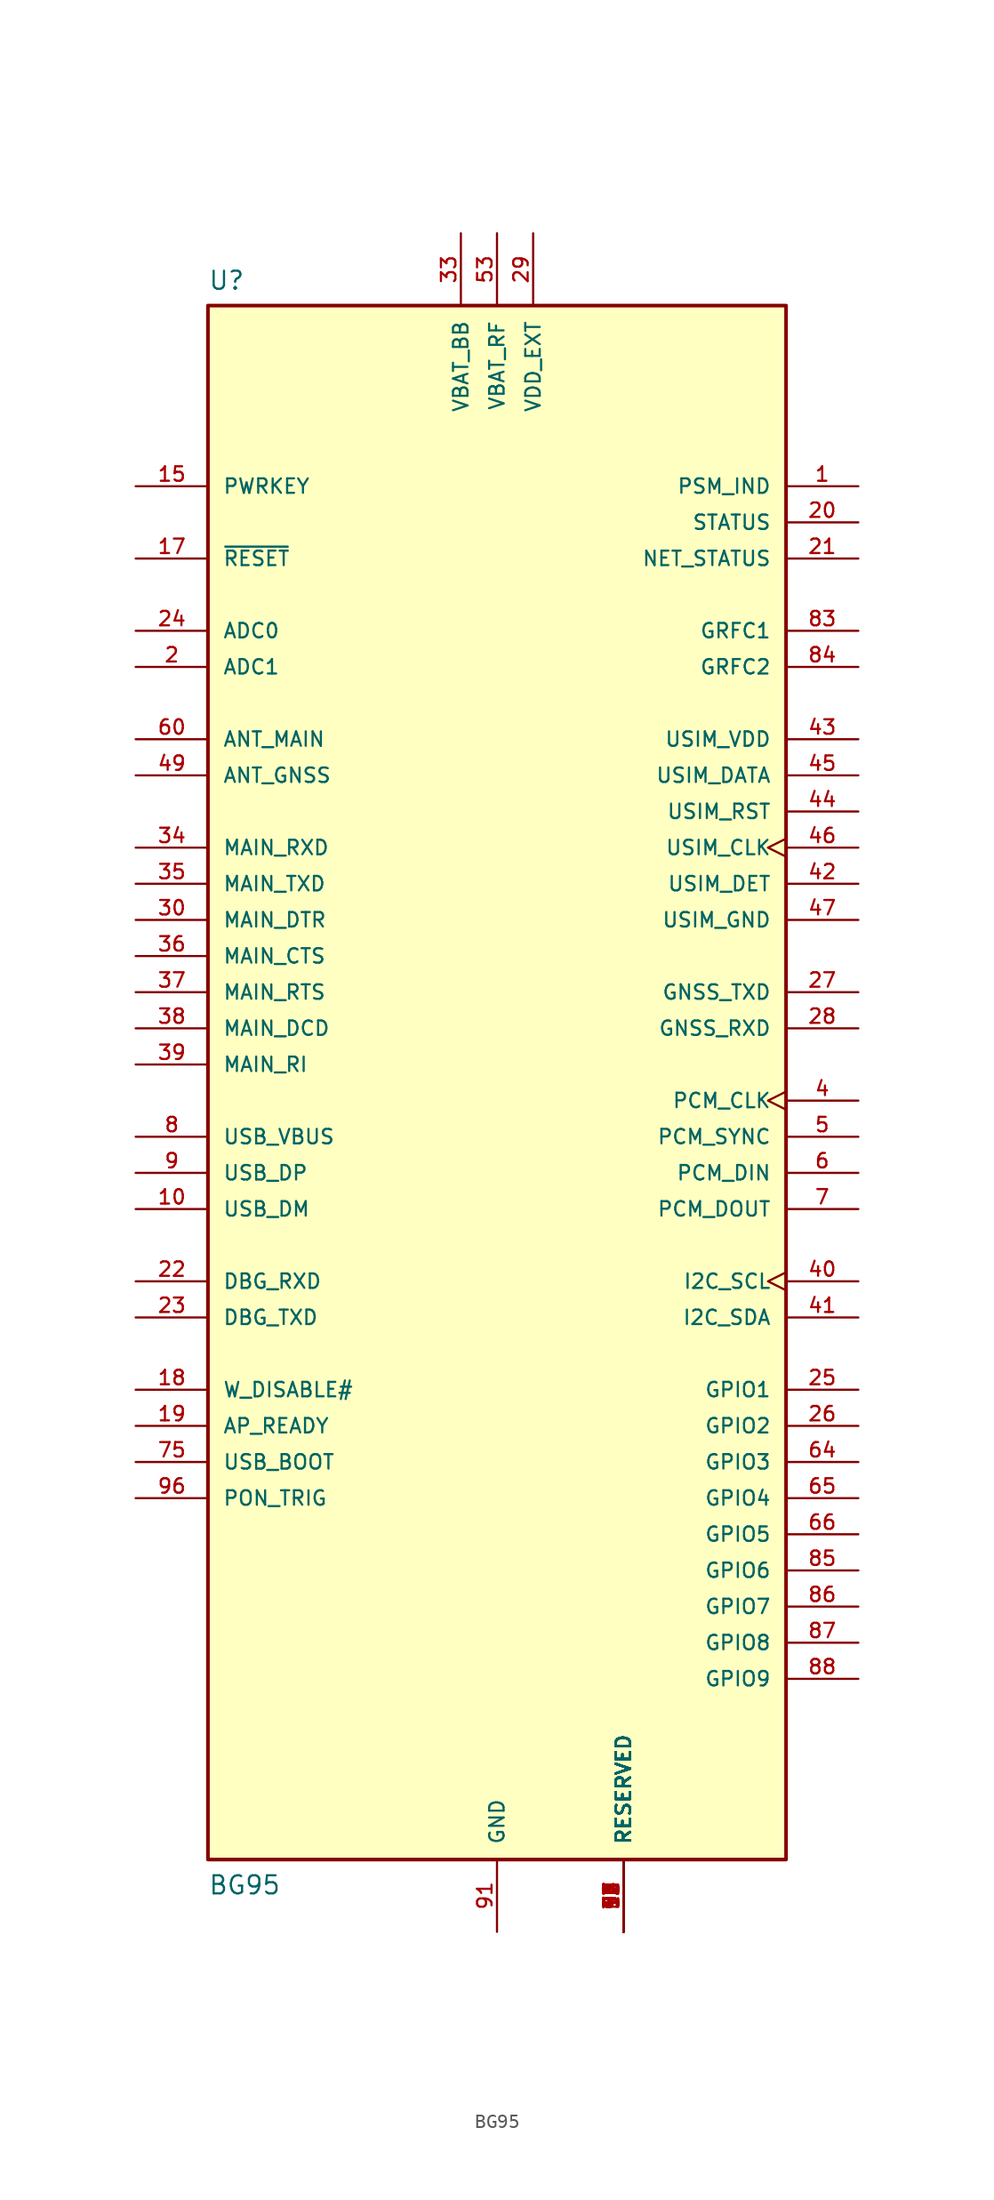
<source format=kicad_sym>
(kicad_symbol_lib
  (version 20241209)
  (generator "kicad_symbol_editor")
  (generator_version "9.0")
  (symbol "BG95"
    (pin_names
      (offset 1.016))
    (property "Reference" "U"
      (at -20.32 54.356 0)
      (effects (font (size 1.27 1.27)) (justify left bottom)))
    (property "Value" "BG95"
      (at -20.32 -58.42 0)
      (effects (font (size 1.27 1.27)) (justify left bottom)))
    (symbol "BG95_0_0"
      (rectangle (start -20.32 -55.88) (end 20.32 53.34) (stroke (width 0.254) (type default)) (fill (type background)))
      (pin input line (at -25.4 40.64 0) (length 5.08) (name "PWRKEY" (effects (font (size 1.016 1.016)))) (number "15" (effects (font (size 1.016 1.016)))))
      (pin input line (at -25.4 35.56 0) (length 5.08) (name "~{RESET}" (effects (font (size 1.016 1.016)))) (number "17" (effects (font (size 1.016 1.016)))))
      (pin input line (at -25.4 30.48 0) (length 5.08) (name "ADC0" (effects (font (size 1.016 1.016)))) (number "24" (effects (font (size 1.016 1.016)))))
      (pin input line (at -25.4 27.94 0) (length 5.08) (name "ADC1" (effects (font (size 1.016 1.016)))) (number "2" (effects (font (size 1.016 1.016)))))
      (pin bidirectional line (at -25.4 22.86 0) (length 5.08) (name "ANT_MAIN" (effects (font (size 1.016 1.016)))) (number "60" (effects (font (size 1.016 1.016)))))
      (pin input line (at -25.4 20.32 0) (length 5.08) (name "ANT_GNSS" (effects (font (size 1.016 1.016)))) (number "49" (effects (font (size 1.016 1.016)))))
      (pin input line (at -25.4 15.24 0) (length 5.08) (name "MAIN_RXD" (effects (font (size 1.016 1.016)))) (number "34" (effects (font (size 1.016 1.016)))))
      (pin output line (at -25.4 12.7 0) (length 5.08) (name "MAIN_TXD" (effects (font (size 1.016 1.016)))) (number "35" (effects (font (size 1.016 1.016)))))
      (pin input line (at -25.4 10.16 0) (length 5.08) (name "MAIN_DTR" (effects (font (size 1.016 1.016)))) (number "30" (effects (font (size 1.016 1.016)))))
      (pin output line (at -25.4 7.62 0) (length 5.08) (name "MAIN_CTS" (effects (font (size 1.016 1.016)))) (number "36" (effects (font (size 1.016 1.016)))))
      (pin input line (at -25.4 5.08 0) (length 5.08) (name "MAIN_RTS" (effects (font (size 1.016 1.016)))) (number "37" (effects (font (size 1.016 1.016)))))
      (pin output line (at -25.4 2.54 0) (length 5.08) (name "MAIN_DCD" (effects (font (size 1.016 1.016)))) (number "38" (effects (font (size 1.016 1.016)))))
      (pin output line (at -25.4 0 0) (length 5.08) (name "MAIN_RI" (effects (font (size 1.016 1.016)))) (number "39" (effects (font (size 1.016 1.016)))))
      (pin input line (at -25.4 -5.08 0) (length 5.08) (name "USB_VBUS" (effects (font (size 1.016 1.016)))) (number "8" (effects (font (size 1.016 1.016)))))
      (pin bidirectional line (at -25.4 -7.62 0) (length 5.08) (name "USB_DP" (effects (font (size 1.016 1.016)))) (number "9" (effects (font (size 1.016 1.016)))))
      (pin bidirectional line (at -25.4 -10.16 0) (length 5.08) (name "USB_DM" (effects (font (size 1.016 1.016)))) (number "10" (effects (font (size 1.016 1.016)))))
      (pin input line (at -25.4 -15.24 0) (length 5.08) (name "DBG_RXD" (effects (font (size 1.016 1.016)))) (number "22" (effects (font (size 1.016 1.016)))))
      (pin output line (at -25.4 -17.78 0) (length 5.08) (name "DBG_TXD" (effects (font (size 1.016 1.016)))) (number "23" (effects (font (size 1.016 1.016)))))
      (pin input line (at -25.4 -22.86 0) (length 5.08) (name "W_DISABLE#" (effects (font (size 1.016 1.016)))) (number "18" (effects (font (size 1.016 1.016)))))
      (pin input line (at -25.4 -25.4 0) (length 5.08) (name "AP_READY" (effects (font (size 1.016 1.016)))) (number "19" (effects (font (size 1.016 1.016)))))
      (pin input line (at -25.4 -27.94 0) (length 5.08) (name "USB_BOOT" (effects (font (size 1.016 1.016)))) (number "75" (effects (font (size 1.016 1.016)))))
      (pin input line (at -25.4 -30.48 0) (length 5.08) (name "PON_TRIG" (effects (font (size 1.016 1.016)))) (number "96" (effects (font (size 1.016 1.016)))))
      (pin power_in line (at -2.54 58.42 270) (length 5.08) (name "VBAT_BB" (effects (font (size 1.016 1.016)))) (number "33" (effects (font (size 1.016 1.016)))))
      (pin power_in line (at 0 58.42 270) (length 5.08) (name "VBAT_RF" (effects (font (size 1.016 1.016)))) (number "53" (effects (font (size 1.016 1.016)))))
      (pin power_in line (at 0 -60.96 90) (length 5.08) (name "GND" (effects (font (size 1.016 1.016)))) (number "91" (effects (font (size 1.016 1.016)))))
      (pin power_in line (at 2.54 58.42 270) (length 5.08) (name "VDD_EXT" (effects (font (size 1.016 1.016)))) (number "29" (effects (font (size 1.016 1.016)))))
      (pin passive line (at 8.89 -60.96 90) (length 5.08) (name "RESERVED" (effects (font (size 1.016 1.016)))) (number "12" (effects (font (size 1.016 1.016)))))
      (pin passive line (at 8.89 -60.96 90) (length 5.08) (name "RESERVED" (effects (font (size 1.016 1.016)))) (number "13" (effects (font (size 1.016 1.016)))))
      (pin passive line (at 8.89 -60.96 90) (length 5.08) (name "RESERVED" (effects (font (size 1.016 1.016)))) (number "14" (effects (font (size 1.016 1.016)))))
      (pin passive line (at 8.89 -60.96 90) (length 5.08) (name "RESERVED" (effects (font (size 1.016 1.016)))) (number "16" (effects (font (size 1.016 1.016)))))
      (pin passive line (at 8.89 -60.96 90) (length 5.08) (name "RESERVED" (effects (font (size 1.016 1.016)))) (number "51" (effects (font (size 1.016 1.016)))))
      (pin passive line (at 8.89 -60.96 90) (length 5.08) (name "RESERVED" (effects (font (size 1.016 1.016)))) (number "56" (effects (font (size 1.016 1.016)))))
      (pin passive line (at 8.89 -60.96 90) (length 5.08) (name "RESERVED" (effects (font (size 1.016 1.016)))) (number "57" (effects (font (size 1.016 1.016)))))
      (pin passive line (at 8.89 -60.96 90) (length 5.08) (name "RESERVED" (effects (font (size 1.016 1.016)))) (number "63" (effects (font (size 1.016 1.016)))))
      (pin passive line (at 8.89 -60.96 90) (length 5.08) (name "RESERVED" (effects (font (size 1.016 1.016)))) (number "76" (effects (font (size 1.016 1.016)))))
      (pin passive line (at 8.89 -60.96 90) (length 5.08) (name "RESERVED" (effects (font (size 1.016 1.016)))) (number "77" (effects (font (size 1.016 1.016)))))
      (pin passive line (at 8.89 -60.96 90) (length 5.08) (name "RESERVED" (effects (font (size 1.016 1.016)))) (number "78" (effects (font (size 1.016 1.016)))))
      (pin passive line (at 8.89 -60.96 90) (length 5.08) (name "RESERVED" (effects (font (size 1.016 1.016)))) (number "92" (effects (font (size 1.016 1.016)))))
      (pin passive line (at 8.89 -60.96 90) (length 5.08) (name "RESERVED" (effects (font (size 1.016 1.016)))) (number "93" (effects (font (size 1.016 1.016)))))
      (pin passive line (at 8.89 -60.96 90) (length 5.08) (name "RESERVED" (effects (font (size 1.016 1.016)))) (number "94" (effects (font (size 1.016 1.016)))))
      (pin passive line (at 8.89 -60.96 90) (length 5.08) (name "RESERVED" (effects (font (size 1.016 1.016)))) (number "95" (effects (font (size 1.016 1.016)))))
      (pin passive line (at 8.89 -60.96 90) (length 5.08) (name "RESERVED" (effects (font (size 1.016 1.016)))) (number "97" (effects (font (size 1.016 1.016)))))
      (pin passive line (at 8.89 -60.96 90) (length 5.08) (name "RESERVED" (effects (font (size 1.016 1.016)))) (number "98" (effects (font (size 1.016 1.016)))))
      (pin passive line (at 8.89 -60.96 90) (length 5.08) (name "RESERVED" (effects (font (size 1.016 1.016)))) (number "99" (effects (font (size 1.016 1.016)))))
      (pin output line (at 25.4 40.64 180) (length 5.08) (name "PSM_IND" (effects (font (size 1.016 1.016)))) (number "1" (effects (font (size 1.016 1.016)))))
      (pin output line (at 25.4 38.1 180) (length 5.08) (name "STATUS" (effects (font (size 1.016 1.016)))) (number "20" (effects (font (size 1.016 1.016)))))
      (pin output line (at 25.4 35.56 180) (length 5.08) (name "NET_STATUS" (effects (font (size 1.016 1.016)))) (number "21" (effects (font (size 1.016 1.016)))))
      (pin output line (at 25.4 30.48 180) (length 5.08) (name "GRFC1" (effects (font (size 1.016 1.016)))) (number "83" (effects (font (size 1.016 1.016)))))
      (pin output line (at 25.4 27.94 180) (length 5.08) (name "GRFC2" (effects (font (size 1.016 1.016)))) (number "84" (effects (font (size 1.016 1.016)))))
      (pin power_in line (at 25.4 22.86 180) (length 5.08) (name "USIM_VDD" (effects (font (size 1.016 1.016)))) (number "43" (effects (font (size 1.016 1.016)))))
      (pin bidirectional line (at 25.4 20.32 180) (length 5.08) (name "USIM_DATA" (effects (font (size 1.016 1.016)))) (number "45" (effects (font (size 1.016 1.016)))))
      (pin output line (at 25.4 17.78 180) (length 5.08) (name "USIM_RST" (effects (font (size 1.016 1.016)))) (number "44" (effects (font (size 1.016 1.016)))))
      (pin output clock (at 25.4 15.24 180) (length 5.08) (name "USIM_CLK" (effects (font (size 1.016 1.016)))) (number "46" (effects (font (size 1.016 1.016)))))
      (pin input line (at 25.4 12.7 180) (length 5.08) (name "USIM_DET" (effects (font (size 1.016 1.016)))) (number "42" (effects (font (size 1.016 1.016)))))
      (pin power_in line (at 25.4 10.16 180) (length 5.08) (name "USIM_GND" (effects (font (size 1.016 1.016)))) (number "47" (effects (font (size 1.016 1.016)))))
      (pin output line (at 25.4 5.08 180) (length 5.08) (name "GNSS_TXD" (effects (font (size 1.016 1.016)))) (number "27" (effects (font (size 1.016 1.016)))))
      (pin input line (at 25.4 2.54 180) (length 5.08) (name "GNSS_RXD" (effects (font (size 1.016 1.016)))) (number "28" (effects (font (size 1.016 1.016)))))
      (pin output clock (at 25.4 -2.54 180) (length 5.08) (name "PCM_CLK" (effects (font (size 1.016 1.016)))) (number "4" (effects (font (size 1.016 1.016)))))
      (pin output line (at 25.4 -5.08 180) (length 5.08) (name "PCM_SYNC" (effects (font (size 1.016 1.016)))) (number "5" (effects (font (size 1.016 1.016)))))
      (pin input line (at 25.4 -7.62 180) (length 5.08) (name "PCM_DIN" (effects (font (size 1.016 1.016)))) (number "6" (effects (font (size 1.016 1.016)))))
      (pin output line (at 25.4 -10.16 180) (length 5.08) (name "PCM_DOUT" (effects (font (size 1.016 1.016)))) (number "7" (effects (font (size 1.016 1.016)))))
      (pin output clock (at 25.4 -15.24 180) (length 5.08) (name "I2C_SCL" (effects (font (size 1.016 1.016)))) (number "40" (effects (font (size 1.016 1.016)))))
      (pin bidirectional line (at 25.4 -17.78 180) (length 5.08) (name "I2C_SDA" (effects (font (size 1.016 1.016)))) (number "41" (effects (font (size 1.016 1.016)))))
      (pin bidirectional line (at 25.4 -22.86 180) (length 5.08) (name "GPIO1" (effects (font (size 1.016 1.016)))) (number "25" (effects (font (size 1.016 1.016)))))
      (pin bidirectional line (at 25.4 -25.4 180) (length 5.08) (name "GPIO2" (effects (font (size 1.016 1.016)))) (number "26" (effects (font (size 1.016 1.016)))))
      (pin bidirectional line (at 25.4 -27.94 180) (length 5.08) (name "GPIO3" (effects (font (size 1.016 1.016)))) (number "64" (effects (font (size 1.016 1.016)))))
      (pin bidirectional line (at 25.4 -30.48 180) (length 5.08) (name "GPIO4" (effects (font (size 1.016 1.016)))) (number "65" (effects (font (size 1.016 1.016)))))
      (pin bidirectional line (at 25.4 -33.02 180) (length 5.08) (name "GPIO5" (effects (font (size 1.016 1.016)))) (number "66" (effects (font (size 1.016 1.016)))))
      (pin bidirectional line (at 25.4 -35.56 180) (length 5.08) (name "GPIO6" (effects (font (size 1.016 1.016)))) (number "85" (effects (font (size 1.016 1.016)))))
      (pin bidirectional line (at 25.4 -38.1 180) (length 5.08) (name "GPIO7" (effects (font (size 1.016 1.016)))) (number "86" (effects (font (size 1.016 1.016)))))
      (pin bidirectional line (at 25.4 -40.64 180) (length 5.08) (name "GPIO8" (effects (font (size 1.016 1.016)))) (number "87" (effects (font (size 1.016 1.016)))))
      (pin bidirectional line (at 25.4 -43.18 180) (length 5.08) (name "GPIO9" (effects (font (size 1.016 1.016)))) (number "88" (effects (font (size 1.016 1.016))))))
    (symbol "BG95_1_0"
      (pin power_in line (at -2.54 58.42 270) (length 5.08) (hide yes) (name "VBAT_BB" (effects (font (size 1.016 1.016)))) (number "32" (effects (font (size 1.016 1.016)))))
      (pin power_in line (at 0 58.42 270) (length 5.08) (hide yes) (name "VBAT_RF" (effects (font (size 1.016 1.016)))) (number "52" (effects (font (size 1.016 1.016)))))
      (pin power_in line (at 0 -60.96 90) (length 5.08) (hide yes) (name "GND" (effects (font (size 1.016 1.016)))) (number "100" (effects (font (size 1.016 1.016)))))
      (pin power_in line (at 0 -60.96 90) (length 5.08) (hide yes) (name "GND" (effects (font (size 1.016 1.016)))) (number "101" (effects (font (size 1.016 1.016)))))
      (pin power_in line (at 0 -60.96 90) (length 5.08) (hide yes) (name "GND" (effects (font (size 1.016 1.016)))) (number "102" (effects (font (size 1.016 1.016)))))
      (pin power_in line (at 0 -60.96 90) (length 5.08) (hide yes) (name "GND" (effects (font (size 1.016 1.016)))) (number "3" (effects (font (size 1.016 1.016)))))
      (pin power_in line (at 0 -60.96 90) (length 5.08) (hide yes) (name "GND" (effects (font (size 1.016 1.016)))) (number "31" (effects (font (size 1.016 1.016)))))
      (pin power_in line (at 0 -60.96 90) (length 5.08) (hide yes) (name "GND" (effects (font (size 1.016 1.016)))) (number "48" (effects (font (size 1.016 1.016)))))
      (pin power_in line (at 0 -60.96 90) (length 5.08) (hide yes) (name "GND" (effects (font (size 1.016 1.016)))) (number "50" (effects (font (size 1.016 1.016)))))
      (pin power_in line (at 0 -60.96 90) (length 5.08) (hide yes) (name "GND" (effects (font (size 1.016 1.016)))) (number "54" (effects (font (size 1.016 1.016)))))
      (pin power_in line (at 0 -60.96 90) (length 5.08) (hide yes) (name "GND" (effects (font (size 1.016 1.016)))) (number "55" (effects (font (size 1.016 1.016)))))
      (pin power_in line (at 0 -60.96 90) (length 5.08) (hide yes) (name "GND" (effects (font (size 1.016 1.016)))) (number "58" (effects (font (size 1.016 1.016)))))
      (pin power_in line (at 0 -60.96 90) (length 5.08) (hide yes) (name "GND" (effects (font (size 1.016 1.016)))) (number "59" (effects (font (size 1.016 1.016)))))
      (pin power_in line (at 0 -60.96 90) (length 5.08) (hide yes) (name "GND" (effects (font (size 1.016 1.016)))) (number "61" (effects (font (size 1.016 1.016)))))
      (pin power_in line (at 0 -60.96 90) (length 5.08) (hide yes) (name "GND" (effects (font (size 1.016 1.016)))) (number "62" (effects (font (size 1.016 1.016)))))
      (pin power_in line (at 0 -60.96 90) (length 5.08) (hide yes) (name "GND" (effects (font (size 1.016 1.016)))) (number "67" (effects (font (size 1.016 1.016)))))
      (pin power_in line (at 0 -60.96 90) (length 5.08) (hide yes) (name "GND" (effects (font (size 1.016 1.016)))) (number "68" (effects (font (size 1.016 1.016)))))
      (pin power_in line (at 0 -60.96 90) (length 5.08) (hide yes) (name "GND" (effects (font (size 1.016 1.016)))) (number "69" (effects (font (size 1.016 1.016)))))
      (pin power_in line (at 0 -60.96 90) (length 5.08) (hide yes) (name "GND" (effects (font (size 1.016 1.016)))) (number "70" (effects (font (size 1.016 1.016)))))
      (pin power_in line (at 0 -60.96 90) (length 5.08) (hide yes) (name "GND" (effects (font (size 1.016 1.016)))) (number "71" (effects (font (size 1.016 1.016)))))
      (pin power_in line (at 0 -60.96 90) (length 5.08) (hide yes) (name "GND" (effects (font (size 1.016 1.016)))) (number "72" (effects (font (size 1.016 1.016)))))
      (pin power_in line (at 0 -60.96 90) (length 5.08) (hide yes) (name "GND" (effects (font (size 1.016 1.016)))) (number "73" (effects (font (size 1.016 1.016)))))
      (pin power_in line (at 0 -60.96 90) (length 5.08) (hide yes) (name "GND" (effects (font (size 1.016 1.016)))) (number "74" (effects (font (size 1.016 1.016)))))
      (pin power_in line (at 0 -60.96 90) (length 5.08) (hide yes) (name "GND" (effects (font (size 1.016 1.016)))) (number "79" (effects (font (size 1.016 1.016)))))
      (pin power_in line (at 0 -60.96 90) (length 5.08) (hide yes) (name "GND" (effects (font (size 1.016 1.016)))) (number "80" (effects (font (size 1.016 1.016)))))
      (pin power_in line (at 0 -60.96 90) (length 5.08) (hide yes) (name "GND" (effects (font (size 1.016 1.016)))) (number "81" (effects (font (size 1.016 1.016)))))
      (pin power_in line (at 0 -60.96 90) (length 5.08) (hide yes) (name "GND" (effects (font (size 1.016 1.016)))) (number "82" (effects (font (size 1.016 1.016)))))
      (pin power_in line (at 0 -60.96 90) (length 5.08) (hide yes) (name "GND" (effects (font (size 1.016 1.016)))) (number "89" (effects (font (size 1.016 1.016)))))
      (pin power_in line (at 0 -60.96 90) (length 5.08) (hide yes) (name "GND" (effects (font (size 1.016 1.016)))) (number "90" (effects (font (size 1.016 1.016)))))
      (pin passive line (at 8.89 -60.96 90) (length 5.08) (hide yes) (name "RESERVED" (effects (font (size 1.016 1.016)))) (number "11" (effects (font (size 1.016 1.016))))))))
</source>
